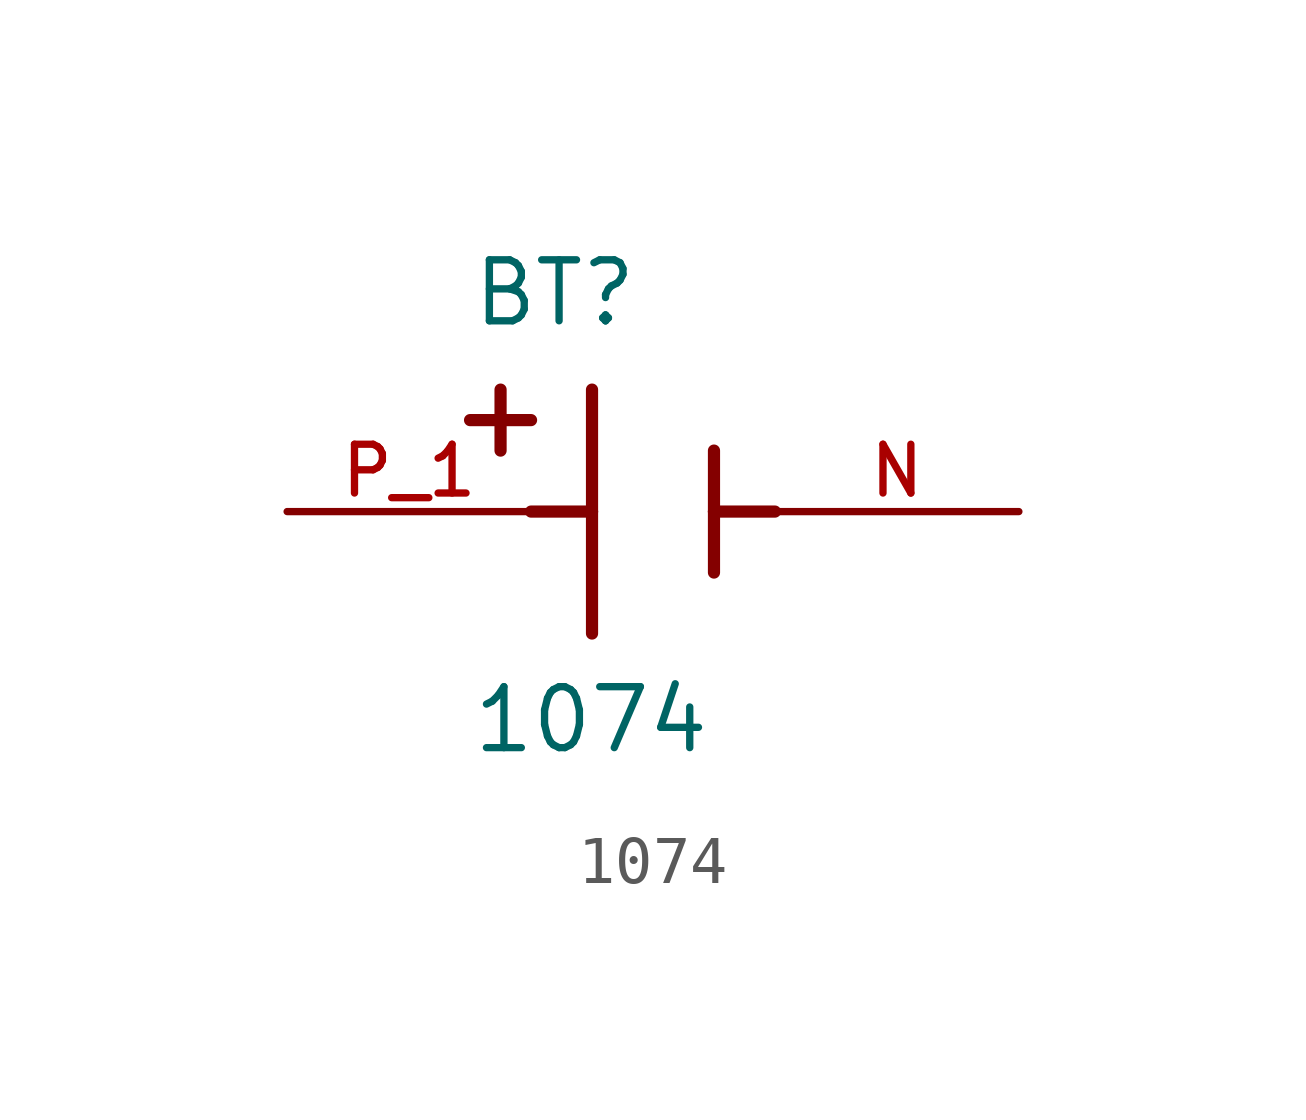
<source format=kicad_sym>
(kicad_symbol_lib
  (version 20211014)
  (generator kicad_symbol_editor)
  (symbol "1074"
    (pin_names
      (offset 1.016))
    (property "Reference" "BT"
      (at -3.81 3.81 0)
      (effects (font (size 1.27 1.27)) (justify bottom left)))
    (property "Value" "1074"
      (at -3.81 -5.08 0)
      (effects (font (size 1.27 1.27)) (justify bottom left)))
    (symbol "1074_0_0"
      (polyline (pts (xy -1.27 2.54) (xy -1.27 0.0)) (stroke (width 0.254)))
      (polyline (pts (xy -1.27 0.0) (xy -1.27 -2.54)) (stroke (width 0.254)))
      (polyline (pts (xy 1.27 1.27) (xy 1.27 0.0)) (stroke (width 0.254)))
      (polyline (pts (xy 1.27 0.0) (xy 1.27 -1.27)) (stroke (width 0.254)))
      (polyline (pts (xy -1.27 0.0) (xy -2.54 0.0)) (stroke (width 0.254)))
      (polyline (pts (xy 1.27 0.0) (xy 2.54 0.0)) (stroke (width 0.254)))
      (polyline (pts (xy -3.175 2.54) (xy -3.175 1.27)) (stroke (width 0.254)))
      (polyline (pts (xy -3.81 1.905) (xy -2.54 1.905)) (stroke (width 0.254)))
      (pin passive line (at -7.62 0.0 0) (length 5.08) (name "~" (effects (font (size 1.016 1.016)))) (number "P_1" (effects (font (size 1.016 1.016)))))
      (pin passive line (at 7.62 0.0 180.0) (length 5.08) (name "~" (effects (font (size 1.016 1.016)))) (number "N" (effects (font (size 1.016 1.016))))))))
</source>
